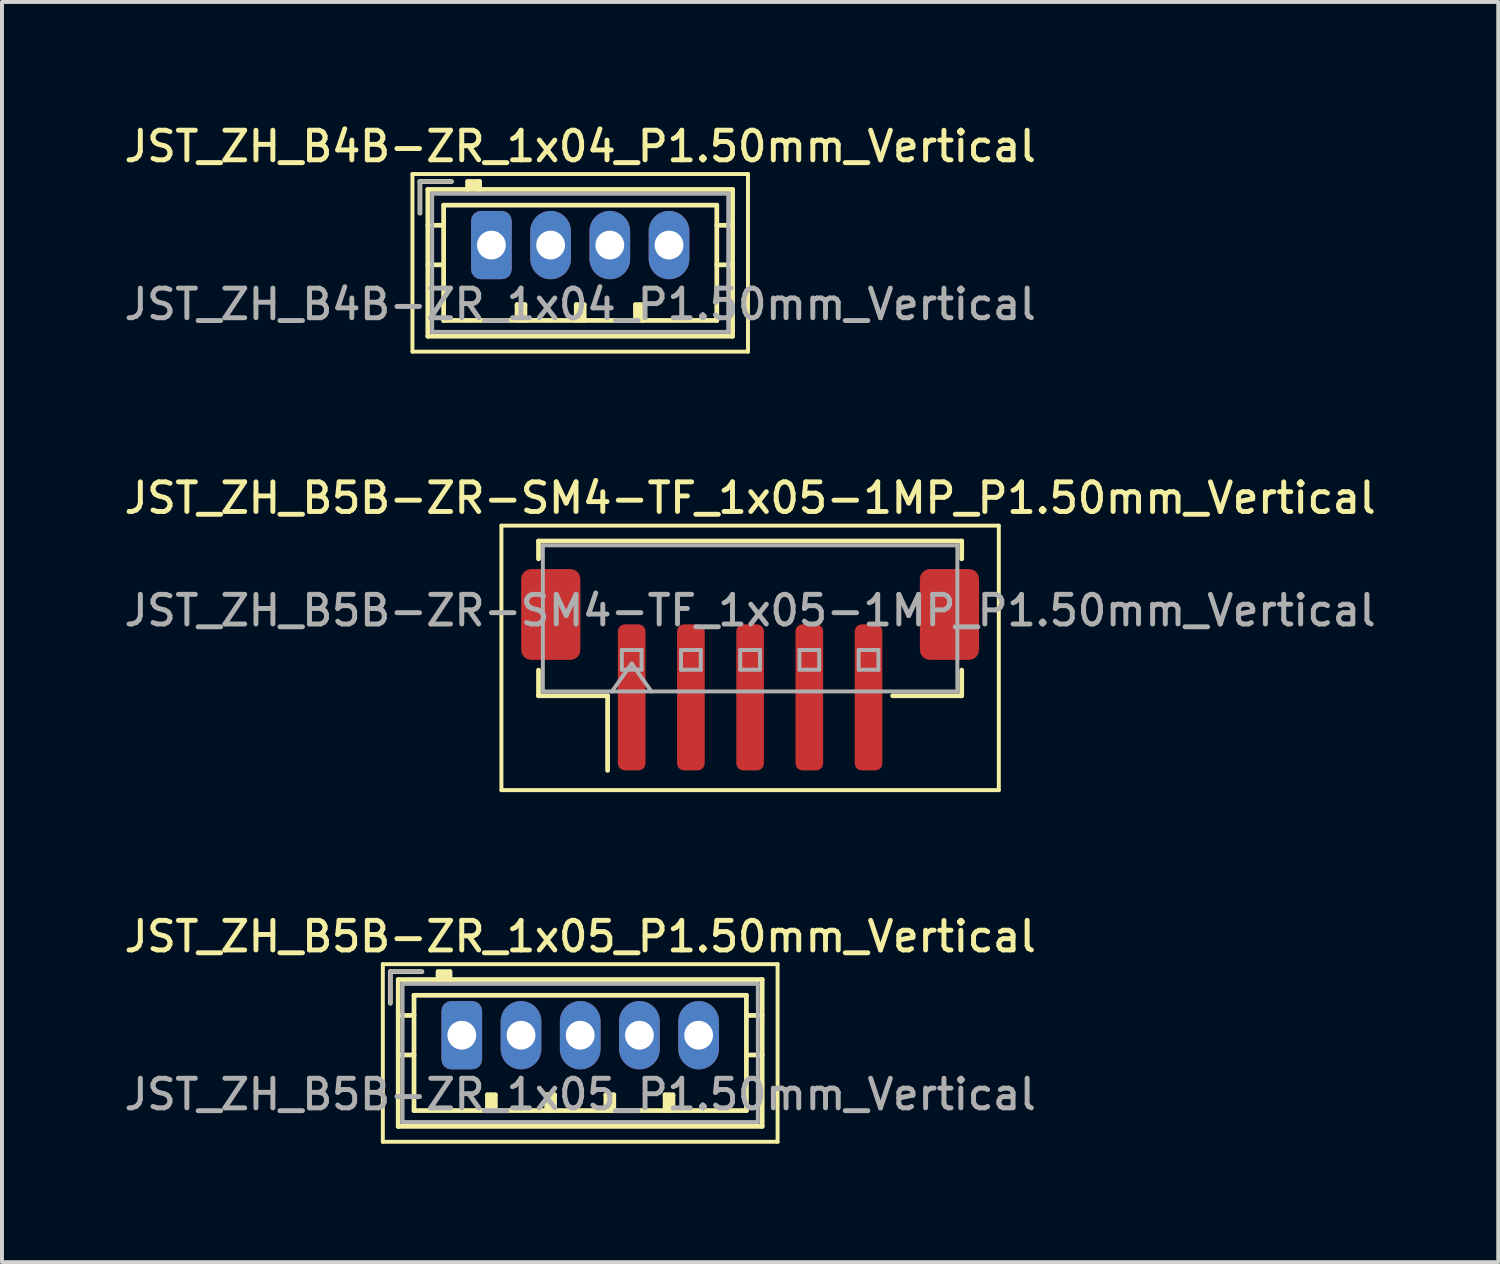
<source format=kicad_pcb>
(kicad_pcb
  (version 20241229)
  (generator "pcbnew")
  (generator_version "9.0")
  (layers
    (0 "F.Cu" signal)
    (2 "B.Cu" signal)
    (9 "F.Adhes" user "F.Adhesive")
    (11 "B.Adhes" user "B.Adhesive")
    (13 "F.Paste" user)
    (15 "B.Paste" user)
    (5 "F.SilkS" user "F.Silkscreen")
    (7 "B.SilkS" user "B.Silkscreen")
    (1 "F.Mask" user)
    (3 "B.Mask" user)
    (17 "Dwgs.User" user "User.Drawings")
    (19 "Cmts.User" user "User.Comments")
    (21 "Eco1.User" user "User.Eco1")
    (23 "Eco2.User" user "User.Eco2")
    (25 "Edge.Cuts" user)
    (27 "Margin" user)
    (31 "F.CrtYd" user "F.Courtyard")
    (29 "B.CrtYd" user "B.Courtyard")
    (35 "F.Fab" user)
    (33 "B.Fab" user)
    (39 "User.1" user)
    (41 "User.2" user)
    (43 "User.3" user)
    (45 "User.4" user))
  (footprint "JST_ZH_B4B-ZR_1x04_P1.50mm_Vertical"
    (layer "F.Cu")
    (at 9.398 3.158)
    (property "Reference" "JST_ZH_B4B-ZR_1x04_P1.50mm_Vertical" (at 2.25 -2.5 0) (layer "F.SilkS") (effects (font (size 0.75 0.75) (thickness 0.125))))
    (attr through_hole)
    (fp_line (start -2 -1.8) (end -2 2.7) (stroke (width 0.1) (type solid)) (layer "F.SilkS"))
    (fp_line (start -2 2.7) (end 6.5 2.7) (stroke (width 0.1) (type solid)) (layer "F.SilkS"))
    (fp_line (start -1.81 -1.61) (end -1.81 -0.81) (stroke (width 0.12) (type solid)) (layer "F.SilkS"))
    (fp_line (start -1.61 -1.41) (end -1.61 2.31) (stroke (width 0.12) (type solid)) (layer "F.SilkS"))
    (fp_line (start -1.61 -0.5) (end -1.21 -0.5) (stroke (width 0.12) (type solid)) (layer "F.SilkS"))
    (fp_line (start -1.61 0.5) (end -1.21 0.5) (stroke (width 0.12) (type solid)) (layer "F.SilkS"))
    (fp_line (start -1.61 2.31) (end 6.11 2.31) (stroke (width 0.12) (type solid)) (layer "F.SilkS"))
    (fp_line (start -1.21 -1.01) (end -1.21 1.91) (stroke (width 0.12) (type solid)) (layer "F.SilkS"))
    (fp_line (start -1.21 1.91) (end 5.71 1.91) (stroke (width 0.12) (type solid)) (layer "F.SilkS"))
    (fp_line (start -1.01 -1.61) (end -1.81 -1.61) (stroke (width 0.12) (type solid)) (layer "F.SilkS"))
    (fp_line (start -0.6 -1.61) (end -0.6 -1.41) (stroke (width 0.12) (type solid)) (layer "F.SilkS"))
    (fp_line (start -0.3 -1.61) (end -0.6 -1.61) (stroke (width 0.12) (type solid)) (layer "F.SilkS"))
    (fp_line (start -0.3 -1.51) (end -0.6 -1.51) (stroke (width 0.12) (type solid)) (layer "F.SilkS"))
    (fp_line (start -0.3 -1.41) (end -0.3 -1.61) (stroke (width 0.12) (type solid)) (layer "F.SilkS"))
    (fp_line (start 0.65 1.51) (end 0.85 1.51) (stroke (width 0.12) (type solid)) (layer "F.SilkS"))
    (fp_line (start 0.65 1.91) (end 0.65 1.51) (stroke (width 0.12) (type solid)) (layer "F.SilkS"))
    (fp_line (start 0.75 1.91) (end 0.75 1.51) (stroke (width 0.12) (type solid)) (layer "F.SilkS"))
    (fp_line (start 0.85 1.51) (end 0.85 1.91) (stroke (width 0.12) (type solid)) (layer "F.SilkS"))
    (fp_line (start 2.15 1.51) (end 2.35 1.51) (stroke (width 0.12) (type solid)) (layer "F.SilkS"))
    (fp_line (start 2.15 1.91) (end 2.15 1.51) (stroke (width 0.12) (type solid)) (layer "F.SilkS"))
    (fp_line (start 2.25 1.91) (end 2.25 1.51) (stroke (width 0.12) (type solid)) (layer "F.SilkS"))
    (fp_line (start 2.35 1.51) (end 2.35 1.91) (stroke (width 0.12) (type solid)) (layer "F.SilkS"))
    (fp_line (start 3.65 1.51) (end 3.85 1.51) (stroke (width 0.12) (type solid)) (layer "F.SilkS"))
    (fp_line (start 3.65 1.91) (end 3.65 1.51) (stroke (width 0.12) (type solid)) (layer "F.SilkS"))
    (fp_line (start 3.75 1.91) (end 3.75 1.51) (stroke (width 0.12) (type solid)) (layer "F.SilkS"))
    (fp_line (start 3.85 1.51) (end 3.85 1.91) (stroke (width 0.12) (type solid)) (layer "F.SilkS"))
    (fp_line (start 5.71 -1.01) (end -1.21 -1.01) (stroke (width 0.12) (type solid)) (layer "F.SilkS"))
    (fp_line (start 5.71 1.91) (end 5.71 -1.01) (stroke (width 0.12) (type solid)) (layer "F.SilkS"))
    (fp_line (start 6.11 -1.41) (end -1.61 -1.41) (stroke (width 0.12) (type solid)) (layer "F.SilkS"))
    (fp_line (start 6.11 -0.5) (end 5.71 -0.5) (stroke (width 0.12) (type solid)) (layer "F.SilkS"))
    (fp_line (start 6.11 0.5) (end 5.71 0.5) (stroke (width 0.12) (type solid)) (layer "F.SilkS"))
    (fp_line (start 6.11 2.31) (end 6.11 -1.41) (stroke (width 0.12) (type solid)) (layer "F.SilkS"))
    (fp_line (start 6.5 -1.8) (end -2 -1.8) (stroke (width 0.1) (type solid)) (layer "F.SilkS"))
    (fp_line (start 6.5 2.7) (end 6.5 -1.8) (stroke (width 0.1) (type solid)) (layer "F.SilkS"))
    (fp_line (start -1.81 -1.61) (end -1.81 -0.81) (stroke (width 0.1) (type solid)) (layer "F.Fab"))
    (fp_line (start -1.5 -1.3) (end -1.5 2.2) (stroke (width 0.1) (type solid)) (layer "F.Fab"))
    (fp_line (start -1.5 2.2) (end 6 2.2) (stroke (width 0.1) (type solid)) (layer "F.Fab"))
    (fp_line (start -1.01 -1.61) (end -1.81 -1.61) (stroke (width 0.1) (type solid)) (layer "F.Fab"))
    (fp_line (start 6 -1.3) (end -1.5 -1.3) (stroke (width 0.1) (type solid)) (layer "F.Fab"))
    (fp_line (start 6 2.2) (end 6 -1.3) (stroke (width 0.1) (type solid)) (layer "F.Fab"))
    (fp_text user "${REFERENCE}" (at 2.25 1.5 0) (layer "F.Fab") (effects (font (size 0.75 0.75) (thickness 0.125))))
    (pad "1" thru_hole roundrect (at 0 0) (size 1.03 1.73) (drill 0.73) (layers "*.Cu" "*.Mask") (roundrect_rratio 0.243))
    (pad "2" thru_hole oval (at 1.5 0) (size 1.03 1.73) (drill 0.73) (layers "*.Cu" "*.Mask"))
    (pad "3" thru_hole oval (at 3 0) (size 1.03 1.73) (drill 0.73) (layers "*.Cu" "*.Mask"))
    (pad "4" thru_hole oval (at 4.5 0) (size 1.03 1.73) (drill 0.73) (layers "*.Cu" "*.Mask")))
  (footprint "JST_ZH_B5B-ZR-SM4-TF_1x05-1MP_P1.50mm_Vertical"
    (layer "F.Cu")
    (at 15.952 13.916)
    (property "Reference" "JST_ZH_B5B-ZR-SM4-TF_1x05-1MP_P1.50mm_Vertical" (at 0 -4.35 0) (layer "F.SilkS") (effects (font (size 0.75 0.75) (thickness 0.125))))
    (attr smd)
    (fp_line (start -6.3 -3.65) (end -6.3 3.05) (stroke (width 0.1) (type solid)) (layer "F.SilkS"))
    (fp_line (start -6.3 3.05) (end 6.3 3.05) (stroke (width 0.1) (type solid)) (layer "F.SilkS"))
    (fp_line (start -5.36 -3.26) (end 5.36 -3.26) (stroke (width 0.12) (type solid)) (layer "F.SilkS"))
    (fp_line (start -5.36 -2.81) (end -5.36 -3.26) (stroke (width 0.12) (type solid)) (layer "F.SilkS"))
    (fp_line (start -5.36 0.01) (end -5.36 0.66) (stroke (width 0.12) (type solid)) (layer "F.SilkS"))
    (fp_line (start -5.36 0.66) (end -3.61 0.66) (stroke (width 0.12) (type solid)) (layer "F.SilkS"))
    (fp_line (start -3.61 0.66) (end -3.61 2.55) (stroke (width 0.12) (type solid)) (layer "F.SilkS"))
    (fp_line (start 5.36 -3.26) (end 5.36 -2.81) (stroke (width 0.12) (type solid)) (layer "F.SilkS"))
    (fp_line (start 5.36 0.01) (end 5.36 0.66) (stroke (width 0.12) (type solid)) (layer "F.SilkS"))
    (fp_line (start 5.36 0.66) (end 3.61 0.66) (stroke (width 0.12) (type solid)) (layer "F.SilkS"))
    (fp_line (start 6.3 -3.65) (end -6.3 -3.65) (stroke (width 0.1) (type solid)) (layer "F.SilkS"))
    (fp_line (start 6.3 3.05) (end 6.3 -3.65) (stroke (width 0.1) (type solid)) (layer "F.SilkS"))
    (fp_line (start -5.25 -3.15) (end 5.25 -3.15) (stroke (width 0.1) (type solid)) (layer "F.Fab"))
    (fp_line (start -5.25 0.55) (end -5.25 -3.15) (stroke (width 0.1) (type solid)) (layer "F.Fab"))
    (fp_line (start -5.25 0.55) (end 5.25 0.55) (stroke (width 0.1) (type solid)) (layer "F.Fab"))
    (fp_line (start -3.5 0.55) (end -3 -0.157) (stroke (width 0.1) (type solid)) (layer "F.Fab"))
    (fp_line (start -3.25 -0.5) (end -3.25 0) (stroke (width 0.1) (type solid)) (layer "F.Fab"))
    (fp_line (start -3.25 0) (end -2.75 0) (stroke (width 0.1) (type solid)) (layer "F.Fab"))
    (fp_line (start -3 -0.157) (end -2.5 0.55) (stroke (width 0.1) (type solid)) (layer "F.Fab"))
    (fp_line (start -2.75 -0.5) (end -3.25 -0.5) (stroke (width 0.1) (type solid)) (layer "F.Fab"))
    (fp_line (start -2.75 0) (end -2.75 -0.5) (stroke (width 0.1) (type solid)) (layer "F.Fab"))
    (fp_line (start -1.75 -0.5) (end -1.75 0) (stroke (width 0.1) (type solid)) (layer "F.Fab"))
    (fp_line (start -1.75 0) (end -1.25 0) (stroke (width 0.1) (type solid)) (layer "F.Fab"))
    (fp_line (start -1.25 -0.5) (end -1.75 -0.5) (stroke (width 0.1) (type solid)) (layer "F.Fab"))
    (fp_line (start -1.25 0) (end -1.25 -0.5) (stroke (width 0.1) (type solid)) (layer "F.Fab"))
    (fp_line (start -0.25 -0.5) (end -0.25 0) (stroke (width 0.1) (type solid)) (layer "F.Fab"))
    (fp_line (start -0.25 0) (end 0.25 0) (stroke (width 0.1) (type solid)) (layer "F.Fab"))
    (fp_line (start 0.25 -0.5) (end -0.25 -0.5) (stroke (width 0.1) (type solid)) (layer "F.Fab"))
    (fp_line (start 0.25 0) (end 0.25 -0.5) (stroke (width 0.1) (type solid)) (layer "F.Fab"))
    (fp_line (start 1.25 -0.5) (end 1.25 0) (stroke (width 0.1) (type solid)) (layer "F.Fab"))
    (fp_line (start 1.25 0) (end 1.75 0) (stroke (width 0.1) (type solid)) (layer "F.Fab"))
    (fp_line (start 1.75 -0.5) (end 1.25 -0.5) (stroke (width 0.1) (type solid)) (layer "F.Fab"))
    (fp_line (start 1.75 0) (end 1.75 -0.5) (stroke (width 0.1) (type solid)) (layer "F.Fab"))
    (fp_line (start 2.75 -0.5) (end 2.75 0) (stroke (width 0.1) (type solid)) (layer "F.Fab"))
    (fp_line (start 2.75 0) (end 3.25 0) (stroke (width 0.1) (type solid)) (layer "F.Fab"))
    (fp_line (start 3.25 -0.5) (end 2.75 -0.5) (stroke (width 0.1) (type solid)) (layer "F.Fab"))
    (fp_line (start 3.25 0) (end 3.25 -0.5) (stroke (width 0.1) (type solid)) (layer "F.Fab"))
    (fp_line (start 5.25 0.55) (end 5.25 -3.15) (stroke (width 0.1) (type solid)) (layer "F.Fab"))
    (fp_text user "${REFERENCE}" (at 0 -1.5 0) (layer "F.Fab") (effects (font (size 0.75 0.75) (thickness 0.125))))
    (pad "1" smd roundrect (at -3 0.7) (size 0.7 3.7) (layers "F.Cu" "F.Mask" "F.Paste") (roundrect_rratio 0.25))
    (pad "2" smd roundrect (at -1.5 0.7) (size 0.7 3.7) (layers "F.Cu" "F.Mask" "F.Paste") (roundrect_rratio 0.25))
    (pad "3" smd roundrect (at 0 0.7) (size 0.7 3.7) (layers "F.Cu" "F.Mask" "F.Paste") (roundrect_rratio 0.25))
    (pad "4" smd roundrect (at 1.5 0.7) (size 0.7 3.7) (layers "F.Cu" "F.Mask" "F.Paste") (roundrect_rratio 0.25))
    (pad "5" smd roundrect (at 3 0.7) (size 0.7 3.7) (layers "F.Cu" "F.Mask" "F.Paste") (roundrect_rratio 0.25))
    (pad "MP" smd roundrect (at -5.05 -1.4) (size 1.5 2.3) (layers "F.Cu" "F.Mask" "F.Paste") (roundrect_rratio 0.167))
    (pad "MP" smd roundrect (at 5.05 -1.4) (size 1.5 2.3) (layers "F.Cu" "F.Mask" "F.Paste") (roundrect_rratio 0.167)))
  (footprint "JST_ZH_B5B-ZR_1x05_P1.50mm_Vertical"
    (layer "F.Cu")
    (at 8.648 23.174)
    (property "Reference" "JST_ZH_B5B-ZR_1x05_P1.50mm_Vertical" (at 3 -2.5 0) (layer "F.SilkS") (effects (font (size 0.75 0.75) (thickness 0.125))))
    (attr through_hole)
    (fp_line (start -2 -1.8) (end -2 2.7) (stroke (width 0.1) (type solid)) (layer "F.SilkS"))
    (fp_line (start -2 2.7) (end 8 2.7) (stroke (width 0.1) (type solid)) (layer "F.SilkS"))
    (fp_line (start -1.81 -1.61) (end -1.81 -0.81) (stroke (width 0.12) (type solid)) (layer "F.SilkS"))
    (fp_line (start -1.61 -1.41) (end -1.61 2.31) (stroke (width 0.12) (type solid)) (layer "F.SilkS"))
    (fp_line (start -1.61 -0.5) (end -1.21 -0.5) (stroke (width 0.12) (type solid)) (layer "F.SilkS"))
    (fp_line (start -1.61 0.5) (end -1.21 0.5) (stroke (width 0.12) (type solid)) (layer "F.SilkS"))
    (fp_line (start -1.61 2.31) (end 7.61 2.31) (stroke (width 0.12) (type solid)) (layer "F.SilkS"))
    (fp_line (start -1.21 -1.01) (end -1.21 1.91) (stroke (width 0.12) (type solid)) (layer "F.SilkS"))
    (fp_line (start -1.21 1.91) (end 7.21 1.91) (stroke (width 0.12) (type solid)) (layer "F.SilkS"))
    (fp_line (start -1.01 -1.61) (end -1.81 -1.61) (stroke (width 0.12) (type solid)) (layer "F.SilkS"))
    (fp_line (start -0.6 -1.61) (end -0.6 -1.41) (stroke (width 0.12) (type solid)) (layer "F.SilkS"))
    (fp_line (start -0.3 -1.61) (end -0.6 -1.61) (stroke (width 0.12) (type solid)) (layer "F.SilkS"))
    (fp_line (start -0.3 -1.51) (end -0.6 -1.51) (stroke (width 0.12) (type solid)) (layer "F.SilkS"))
    (fp_line (start -0.3 -1.41) (end -0.3 -1.61) (stroke (width 0.12) (type solid)) (layer "F.SilkS"))
    (fp_line (start 0.65 1.51) (end 0.85 1.51) (stroke (width 0.12) (type solid)) (layer "F.SilkS"))
    (fp_line (start 0.65 1.91) (end 0.65 1.51) (stroke (width 0.12) (type solid)) (layer "F.SilkS"))
    (fp_line (start 0.75 1.91) (end 0.75 1.51) (stroke (width 0.12) (type solid)) (layer "F.SilkS"))
    (fp_line (start 0.85 1.51) (end 0.85 1.91) (stroke (width 0.12) (type solid)) (layer "F.SilkS"))
    (fp_line (start 2.15 1.51) (end 2.35 1.51) (stroke (width 0.12) (type solid)) (layer "F.SilkS"))
    (fp_line (start 2.15 1.91) (end 2.15 1.51) (stroke (width 0.12) (type solid)) (layer "F.SilkS"))
    (fp_line (start 2.25 1.91) (end 2.25 1.51) (stroke (width 0.12) (type solid)) (layer "F.SilkS"))
    (fp_line (start 2.35 1.51) (end 2.35 1.91) (stroke (width 0.12) (type solid)) (layer "F.SilkS"))
    (fp_line (start 3.65 1.51) (end 3.85 1.51) (stroke (width 0.12) (type solid)) (layer "F.SilkS"))
    (fp_line (start 3.65 1.91) (end 3.65 1.51) (stroke (width 0.12) (type solid)) (layer "F.SilkS"))
    (fp_line (start 3.75 1.91) (end 3.75 1.51) (stroke (width 0.12) (type solid)) (layer "F.SilkS"))
    (fp_line (start 3.85 1.51) (end 3.85 1.91) (stroke (width 0.12) (type solid)) (layer "F.SilkS"))
    (fp_line (start 5.15 1.51) (end 5.35 1.51) (stroke (width 0.12) (type solid)) (layer "F.SilkS"))
    (fp_line (start 5.15 1.91) (end 5.15 1.51) (stroke (width 0.12) (type solid)) (layer "F.SilkS"))
    (fp_line (start 5.25 1.91) (end 5.25 1.51) (stroke (width 0.12) (type solid)) (layer "F.SilkS"))
    (fp_line (start 5.35 1.51) (end 5.35 1.91) (stroke (width 0.12) (type solid)) (layer "F.SilkS"))
    (fp_line (start 7.21 -1.01) (end -1.21 -1.01) (stroke (width 0.12) (type solid)) (layer "F.SilkS"))
    (fp_line (start 7.21 1.91) (end 7.21 -1.01) (stroke (width 0.12) (type solid)) (layer "F.SilkS"))
    (fp_line (start 7.61 -1.41) (end -1.61 -1.41) (stroke (width 0.12) (type solid)) (layer "F.SilkS"))
    (fp_line (start 7.61 -0.5) (end 7.21 -0.5) (stroke (width 0.12) (type solid)) (layer "F.SilkS"))
    (fp_line (start 7.61 0.5) (end 7.21 0.5) (stroke (width 0.12) (type solid)) (layer "F.SilkS"))
    (fp_line (start 7.61 2.31) (end 7.61 -1.41) (stroke (width 0.12) (type solid)) (layer "F.SilkS"))
    (fp_line (start 8 -1.8) (end -2 -1.8) (stroke (width 0.1) (type solid)) (layer "F.SilkS"))
    (fp_line (start 8 2.7) (end 8 -1.8) (stroke (width 0.1) (type solid)) (layer "F.SilkS"))
    (fp_line (start -1.81 -1.61) (end -1.81 -0.81) (stroke (width 0.1) (type solid)) (layer "F.Fab"))
    (fp_line (start -1.5 -1.3) (end -1.5 2.2) (stroke (width 0.1) (type solid)) (layer "F.Fab"))
    (fp_line (start -1.5 2.2) (end 7.5 2.2) (stroke (width 0.1) (type solid)) (layer "F.Fab"))
    (fp_line (start -1.01 -1.61) (end -1.81 -1.61) (stroke (width 0.1) (type solid)) (layer "F.Fab"))
    (fp_line (start 7.5 -1.3) (end -1.5 -1.3) (stroke (width 0.1) (type solid)) (layer "F.Fab"))
    (fp_line (start 7.5 2.2) (end 7.5 -1.3) (stroke (width 0.1) (type solid)) (layer "F.Fab"))
    (fp_text user "${REFERENCE}" (at 3 1.5 0) (layer "F.Fab") (effects (font (size 0.75 0.75) (thickness 0.125))))
    (pad "1" thru_hole roundrect (at 0 0) (size 1.03 1.73) (drill 0.73) (layers "*.Cu" "*.Mask") (roundrect_rratio 0.243))
    (pad "2" thru_hole oval (at 1.5 0) (size 1.03 1.73) (drill 0.73) (layers "*.Cu" "*.Mask"))
    (pad "3" thru_hole oval (at 3 0) (size 1.03 1.73) (drill 0.73) (layers "*.Cu" "*.Mask"))
    (pad "4" thru_hole oval (at 4.5 0) (size 1.03 1.73) (drill 0.73) (layers "*.Cu" "*.Mask"))
    (pad "5" thru_hole oval (at 6 0) (size 1.03 1.73) (drill 0.73) (layers "*.Cu" "*.Mask")))
  (gr_rect
    (start -3 -3)
    (end 34.904 28.924)
    (stroke (width 0.1) (type default))
    (fill no)
    (layer "Edge.Cuts")))
</source>
